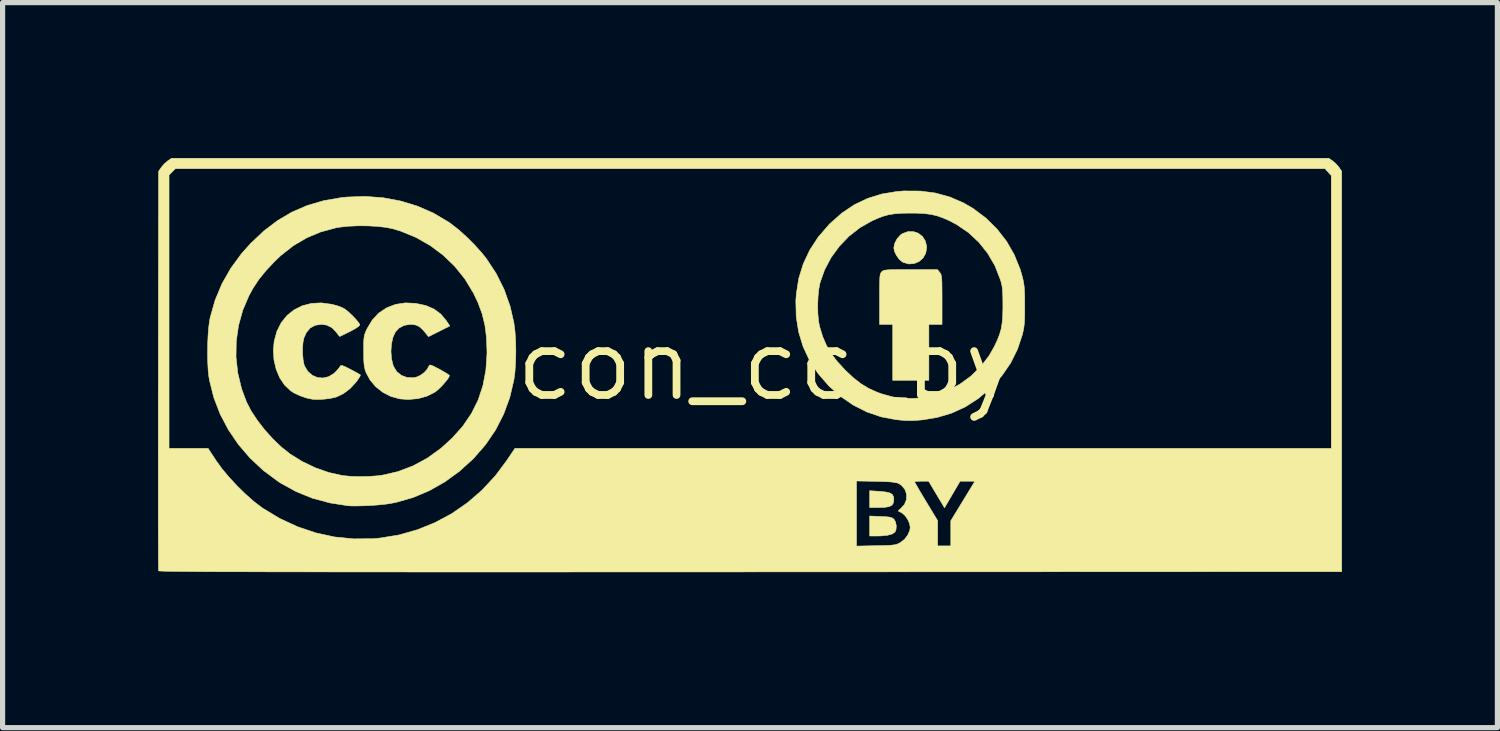
<source format=kicad_pcb>
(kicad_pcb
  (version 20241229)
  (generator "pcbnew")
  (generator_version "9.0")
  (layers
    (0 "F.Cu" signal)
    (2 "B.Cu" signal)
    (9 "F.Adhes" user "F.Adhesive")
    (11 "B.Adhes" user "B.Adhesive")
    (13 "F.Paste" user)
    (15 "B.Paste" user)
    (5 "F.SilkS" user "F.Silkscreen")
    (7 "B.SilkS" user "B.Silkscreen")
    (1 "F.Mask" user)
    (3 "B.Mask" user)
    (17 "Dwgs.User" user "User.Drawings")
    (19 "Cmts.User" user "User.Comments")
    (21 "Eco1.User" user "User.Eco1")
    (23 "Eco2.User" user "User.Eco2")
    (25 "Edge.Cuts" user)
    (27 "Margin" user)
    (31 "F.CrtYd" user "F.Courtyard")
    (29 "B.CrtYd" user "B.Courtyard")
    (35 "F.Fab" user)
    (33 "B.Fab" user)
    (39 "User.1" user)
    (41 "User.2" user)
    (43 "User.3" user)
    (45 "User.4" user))
  (footprint "icon_cc_by"
    (layer "F.Cu")
    (at 11.431 3.995)
    (property "Reference" "icon_cc_by" (at 0 0 0) (layer "F.SilkS") (effects (font (size 1.27 1.27) (thickness 0.15))))
    (attr through_hole)
    (fp_poly (pts (xy 2.5 2.44) (xy 2.615 2.452) (xy 2.694 2.47) (xy 2.742 2.498) (xy 2.767 2.541) (xy 2.773 2.596) (xy 2.765 2.661) (xy 2.738 2.706) (xy 2.685 2.734) (xy 2.602 2.748) (xy 2.498 2.752) (xy 2.307 2.752) (xy 2.307 2.428) (xy 2.5 2.44)) (stroke (width 0.01) (type solid)) (fill yes) (layer "F.SilkS"))
    (fp_poly (pts (xy 2.519 2.925) (xy 2.62 2.93) (xy 2.688 2.937) (xy 2.732 2.949) (xy 2.763 2.966) (xy 2.776 2.978) (xy 2.807 3.033) (xy 2.821 3.106) (xy 2.816 3.178) (xy 2.795 3.227) (xy 2.741 3.263) (xy 2.651 3.288) (xy 2.529 3.3) (xy 2.461 3.302) (xy 2.307 3.302) (xy 2.307 2.916) (xy 2.519 2.925)) (stroke (width 0.01) (type solid)) (fill yes) (layer "F.SilkS"))
    (fp_poly (pts (xy 3.245 -2.543) (xy 3.325 -2.481) (xy 3.381 -2.395) (xy 3.407 -2.289) (xy 3.408 -2.265) (xy 3.389 -2.156) (xy 3.338 -2.065) (xy 3.262 -1.998) (xy 3.169 -1.958) (xy 3.065 -1.949) (xy 2.96 -1.978) (xy 2.942 -1.987) (xy 2.88 -2.037) (xy 2.825 -2.112) (xy 2.785 -2.195) (xy 2.773 -2.261) (xy 2.791 -2.349) (xy 2.837 -2.437) (xy 2.903 -2.51) (xy 2.94 -2.536) (xy 3.045 -2.574) (xy 3.15 -2.575) (xy 3.245 -2.543)) (stroke (width 0.01) (type solid)) (fill yes) (layer "F.SilkS"))
    (fp_poly (pts (xy 3.66 -1.786) (xy 3.675 -1.765) (xy 3.685 -1.742) (xy 3.693 -1.708) (xy 3.698 -1.66) (xy 3.702 -1.591) (xy 3.703 -1.495) (xy 3.704 -1.367) (xy 3.704 -1.257) (xy 3.704 -0.783) (xy 3.45 -0.783) (xy 3.45 0.296) (xy 2.752 0.296) (xy 2.752 -0.783) (xy 2.498 -0.783) (xy 2.498 -1.27) (xy 2.498 -1.426) (xy 2.499 -1.546) (xy 2.501 -1.634) (xy 2.504 -1.697) (xy 2.51 -1.74) (xy 2.518 -1.768) (xy 2.529 -1.787) (xy 2.54 -1.799) (xy 2.555 -1.812) (xy 2.575 -1.823) (xy 2.605 -1.83) (xy 2.65 -1.835) (xy 2.715 -1.839) (xy 2.807 -1.84) (xy 2.929 -1.841) (xy 3.089 -1.841) (xy 3.616 -1.841) (xy 3.66 -1.786)) (stroke (width 0.01) (type solid)) (fill yes) (layer "F.SilkS"))
    (fp_poly (pts (xy -6.456 -1.189) (xy -6.451 -1.188) (xy -6.261 -1.147) (xy -6.103 -1.078) (xy -5.972 -0.982) (xy -5.866 -0.855) (xy -5.864 -0.852) (xy -5.798 -0.753) (xy -6.004 -0.649) (xy -6.21 -0.546) (xy -6.249 -0.596) (xy -6.322 -0.683) (xy -6.386 -0.739) (xy -6.45 -0.77) (xy -6.526 -0.782) (xy -6.565 -0.783) (xy -6.681 -0.764) (xy -6.78 -0.711) (xy -6.848 -0.637) (xy -6.896 -0.532) (xy -6.925 -0.402) (xy -6.934 -0.26) (xy -6.923 -0.117) (xy -6.891 0.011) (xy -6.885 0.026) (xy -6.824 0.127) (xy -6.735 0.2) (xy -6.627 0.241) (xy -6.507 0.247) (xy -6.441 0.234) (xy -6.368 0.202) (xy -6.295 0.149) (xy -6.238 0.087) (xy -6.211 0.039) (xy -6.19 0.006) (xy -6.174 0.000266) (xy -6.143 0.01) (xy -6.089 0.036) (xy -6.019 0.072) (xy -5.946 0.112) (xy -5.88 0.151) (xy -5.83 0.183) (xy -5.806 0.202) (xy -5.806 0.203) (xy -5.815 0.233) (xy -5.848 0.284) (xy -5.898 0.345) (xy -5.957 0.411) (xy -6.019 0.471) (xy -6.076 0.518) (xy -6.088 0.526) (xy -6.238 0.602) (xy -6.411 0.65) (xy -6.597 0.667) (xy -6.763 0.655) (xy -6.931 0.61) (xy -7.088 0.53) (xy -7.226 0.422) (xy -7.337 0.291) (xy -7.412 0.153) (xy -7.432 0.098) (xy -7.445 0.044) (xy -7.454 -0.019) (xy -7.459 -0.101) (xy -7.46 -0.211) (xy -7.461 -0.265) (xy -7.461 -0.383) (xy -7.459 -0.469) (xy -7.453 -0.532) (xy -7.443 -0.583) (xy -7.427 -0.63) (xy -7.403 -0.684) (xy -7.394 -0.702) (xy -7.294 -0.868) (xy -7.167 -1.003) (xy -7.017 -1.103) (xy -6.846 -1.169) (xy -6.658 -1.198) (xy -6.456 -1.189)) (stroke (width 0.01) (type solid)) (fill yes) (layer "F.SilkS"))
    (fp_poly (pts (xy -8.076 -1.171) (xy -7.959 -1.139) (xy -7.884 -1.111) (xy -7.821 -1.076) (xy -7.757 -1.026) (xy -7.68 -0.953) (xy -7.678 -0.951) (xy -7.616 -0.886) (xy -7.568 -0.829) (xy -7.54 -0.788) (xy -7.535 -0.775) (xy -7.555 -0.748) (xy -7.61 -0.709) (xy -7.698 -0.66) (xy -7.725 -0.646) (xy -7.806 -0.606) (xy -7.871 -0.574) (xy -7.913 -0.554) (xy -7.924 -0.55) (xy -7.939 -0.566) (xy -7.97 -0.606) (xy -7.989 -0.633) (xy -8.073 -0.72) (xy -8.177 -0.77) (xy -8.276 -0.783) (xy -8.396 -0.766) (xy -8.494 -0.713) (xy -8.568 -0.624) (xy -8.615 -0.519) (xy -8.632 -0.434) (xy -8.64 -0.325) (xy -8.639 -0.206) (xy -8.629 -0.095) (xy -8.611 -0.005) (xy -8.604 0.016) (xy -8.541 0.122) (xy -8.456 0.198) (xy -8.355 0.242) (xy -8.247 0.252) (xy -8.138 0.227) (xy -8.036 0.165) (xy -8.01 0.141) (xy -7.96 0.088) (xy -7.924 0.042) (xy -7.912 0.021) (xy -7.899 0.01) (xy -7.871 0.013) (xy -7.82 0.033) (xy -7.741 0.072) (xy -7.717 0.085) (xy -7.637 0.127) (xy -7.573 0.162) (xy -7.533 0.187) (xy -7.523 0.194) (xy -7.531 0.216) (xy -7.559 0.262) (xy -7.601 0.323) (xy -7.608 0.331) (xy -7.722 0.455) (xy -7.852 0.554) (xy -7.989 0.619) (xy -8.005 0.623) (xy -8.101 0.645) (xy -8.218 0.66) (xy -8.337 0.667) (xy -8.436 0.664) (xy -8.445 0.663) (xy -8.564 0.638) (xy -8.691 0.594) (xy -8.808 0.539) (xy -8.87 0.499) (xy -8.987 0.389) (xy -9.081 0.248) (xy -9.15 0.084) (xy -9.192 -0.096) (xy -9.204 -0.286) (xy -9.188 -0.457) (xy -9.136 -0.649) (xy -9.052 -0.816) (xy -8.94 -0.955) (xy -8.803 -1.064) (xy -8.645 -1.143) (xy -8.469 -1.188) (xy -8.278 -1.198) (xy -8.076 -1.171)) (stroke (width 0.01) (type solid)) (fill yes) (layer "F.SilkS"))
    (fp_poly (pts (xy 3.284 -3.357) (xy 3.581 -3.318) (xy 3.862 -3.24) (xy 4.127 -3.124) (xy 4.303 -3.021) (xy 4.55 -2.836) (xy 4.766 -2.623) (xy 4.95 -2.386) (xy 5.099 -2.126) (xy 5.212 -1.847) (xy 5.244 -1.738) (xy 5.265 -1.659) (xy 5.279 -1.588) (xy 5.289 -1.517) (xy 5.295 -1.434) (xy 5.299 -1.332) (xy 5.3 -1.2) (xy 5.3 -1.154) (xy 5.3 -1.007) (xy 5.298 -0.894) (xy 5.293 -0.804) (xy 5.284 -0.728) (xy 5.271 -0.656) (xy 5.254 -0.583) (xy 5.161 -0.304) (xy 5.03 -0.04) (xy 4.861 0.206) (xy 4.655 0.434) (xy 4.641 0.447) (xy 4.405 0.647) (xy 4.156 0.808) (xy 3.892 0.929) (xy 3.611 1.013) (xy 3.334 1.059) (xy 3.206 1.07) (xy 3.101 1.075) (xy 3 1.073) (xy 2.885 1.063) (xy 2.816 1.056) (xy 2.53 1.002) (xy 2.254 0.908) (xy 1.992 0.776) (xy 1.746 0.607) (xy 1.519 0.405) (xy 1.316 0.171) (xy 1.308 0.161) (xy 1.146 -0.087) (xy 1.022 -0.354) (xy 0.936 -0.636) (xy 0.889 -0.932) (xy 0.884 -1.15) (xy 1.304 -1.15) (xy 1.307 -0.99) (xy 1.32 -0.846) (xy 1.34 -0.743) (xy 1.4 -0.548) (xy 1.472 -0.379) (xy 1.561 -0.225) (xy 1.675 -0.074) (xy 1.818 0.082) (xy 1.841 0.106) (xy 1.995 0.25) (xy 2.14 0.363) (xy 2.287 0.452) (xy 2.445 0.524) (xy 2.543 0.56) (xy 2.752 0.617) (xy 2.955 0.645) (xy 3.169 0.646) (xy 3.313 0.634) (xy 3.569 0.584) (xy 3.815 0.495) (xy 4.048 0.371) (xy 4.261 0.216) (xy 4.451 0.032) (xy 4.611 -0.176) (xy 4.71 -0.349) (xy 4.77 -0.476) (xy 4.814 -0.588) (xy 4.845 -0.695) (xy 4.864 -0.809) (xy 4.875 -0.939) (xy 4.879 -1.098) (xy 4.879 -1.154) (xy 4.878 -1.288) (xy 4.875 -1.391) (xy 4.869 -1.47) (xy 4.86 -1.536) (xy 4.845 -1.599) (xy 4.829 -1.65) (xy 4.726 -1.913) (xy 4.587 -2.153) (xy 4.416 -2.367) (xy 4.216 -2.554) (xy 3.987 -2.71) (xy 3.847 -2.784) (xy 3.721 -2.839) (xy 3.607 -2.879) (xy 3.493 -2.906) (xy 3.367 -2.922) (xy 3.218 -2.93) (xy 3.101 -2.931) (xy 2.932 -2.929) (xy 2.794 -2.919) (xy 2.674 -2.9) (xy 2.562 -2.869) (xy 2.445 -2.824) (xy 2.351 -2.782) (xy 2.119 -2.65) (xy 1.907 -2.484) (xy 1.72 -2.289) (xy 1.561 -2.071) (xy 1.436 -1.834) (xy 1.35 -1.59) (xy 1.325 -1.464) (xy 1.31 -1.312) (xy 1.304 -1.15) (xy 0.884 -1.15) (xy 0.882 -1.238) (xy 0.891 -1.369) (xy 0.938 -1.669) (xy 1.025 -1.951) (xy 1.15 -2.217) (xy 1.314 -2.468) (xy 1.518 -2.705) (xy 1.544 -2.731) (xy 1.771 -2.932) (xy 2.011 -3.093) (xy 2.267 -3.215) (xy 2.541 -3.3) (xy 2.836 -3.349) (xy 2.967 -3.359) (xy 3.284 -3.357)) (stroke (width 0.01) (type solid)) (fill yes) (layer "F.SilkS"))
    (fp_poly (pts (xy -7.087 -3.228) (xy -6.748 -3.165) (xy -6.422 -3.066) (xy -6.114 -2.931) (xy -5.828 -2.762) (xy -5.786 -2.733) (xy -5.636 -2.617) (xy -5.477 -2.475) (xy -5.32 -2.318) (xy -5.177 -2.159) (xy -5.094 -2.055) (xy -4.904 -1.767) (xy -4.75 -1.459) (xy -4.634 -1.132) (xy -4.561 -0.815) (xy -4.54 -0.653) (xy -4.527 -0.463) (xy -4.523 -0.26) (xy -4.528 -0.056) (xy -4.54 0.133) (xy -4.56 0.286) (xy -4.64 0.626) (xy -4.758 0.949) (xy -4.914 1.254) (xy -5.107 1.538) (xy -5.336 1.801) (xy -5.345 1.81) (xy -5.61 2.051) (xy -5.894 2.257) (xy -6.194 2.427) (xy -6.507 2.559) (xy -6.828 2.651) (xy -6.953 2.676) (xy -7.058 2.69) (xy -7.187 2.703) (xy -7.328 2.713) (xy -7.47 2.719) (xy -7.6 2.722) (xy -7.708 2.721) (xy -7.758 2.718) (xy -8.113 2.663) (xy -8.446 2.574) (xy -8.76 2.447) (xy -9.057 2.284) (xy -9.114 2.247) (xy -9.399 2.035) (xy -9.655 1.796) (xy -9.881 1.532) (xy -10.074 1.248) (xy -10.232 0.946) (xy -10.354 0.629) (xy -10.436 0.301) (xy -10.449 0.228) (xy -10.463 0.1) (xy -10.471 -0.055) (xy -10.473 -0.152) (xy -9.925 -0.152) (xy -9.891 0.155) (xy -9.818 0.458) (xy -9.721 0.719) (xy -9.632 0.89) (xy -9.512 1.071) (xy -9.371 1.253) (xy -9.214 1.427) (xy -9.051 1.584) (xy -8.887 1.714) (xy -8.884 1.717) (xy -8.647 1.864) (xy -8.394 1.985) (xy -8.135 2.076) (xy -7.879 2.133) (xy -7.863 2.136) (xy -7.714 2.15) (xy -7.541 2.155) (xy -7.362 2.152) (xy -7.195 2.14) (xy -7.101 2.128) (xy -6.797 2.058) (xy -6.508 1.948) (xy -6.232 1.799) (xy -5.97 1.61) (xy -5.751 1.411) (xy -5.546 1.181) (xy -5.38 0.937) (xy -5.251 0.678) (xy -5.159 0.401) (xy -5.102 0.103) (xy -5.08 -0.218) (xy -5.08 -0.265) (xy -5.09 -0.529) (xy -5.12 -0.766) (xy -5.174 -0.988) (xy -5.255 -1.205) (xy -5.343 -1.39) (xy -5.505 -1.658) (xy -5.701 -1.902) (xy -5.927 -2.12) (xy -6.178 -2.307) (xy -6.453 -2.463) (xy -6.746 -2.583) (xy -6.893 -2.628) (xy -7.031 -2.656) (xy -7.198 -2.675) (xy -7.382 -2.685) (xy -7.572 -2.686) (xy -7.756 -2.678) (xy -7.921 -2.66) (xy -7.997 -2.647) (xy -8.292 -2.567) (xy -8.565 -2.452) (xy -8.822 -2.3) (xy -9.064 -2.109) (xy -9.185 -1.993) (xy -9.348 -1.819) (xy -9.482 -1.654) (xy -9.594 -1.485) (xy -9.674 -1.34) (xy -9.794 -1.059) (xy -9.876 -0.764) (xy -9.92 -0.46) (xy -9.925 -0.152) (xy -10.473 -0.152) (xy -10.474 -0.227) (xy -10.472 -0.405) (xy -10.464 -0.579) (xy -10.451 -0.736) (xy -10.433 -0.867) (xy -10.425 -0.91) (xy -10.33 -1.247) (xy -10.197 -1.565) (xy -10.027 -1.865) (xy -9.818 -2.15) (xy -9.645 -2.343) (xy -9.388 -2.586) (xy -9.122 -2.788) (xy -8.843 -2.952) (xy -8.548 -3.079) (xy -8.233 -3.171) (xy -7.895 -3.23) (xy -7.788 -3.241) (xy -7.435 -3.254) (xy -7.087 -3.228)) (stroke (width 0.01) (type solid)) (fill yes) (layer "F.SilkS"))
    (fp_poly (pts (xy 11.243 -3.939) (xy 11.306 -3.886) (xy 11.362 -3.822) (xy 11.368 -3.813) (xy 11.419 -3.739) (xy 11.419 3.99) (xy 0.005 3.995) (xy -0.854 3.996) (xy -1.671 3.996) (xy -2.448 3.996) (xy -3.185 3.996) (xy -3.884 3.997) (xy -4.545 3.997) (xy -5.168 3.997) (xy -5.756 3.997) (xy -6.309 3.997) (xy -6.827 3.996) (xy -7.313 3.996) (xy -7.765 3.996) (xy -8.187 3.995) (xy -8.577 3.995) (xy -8.939 3.994) (xy -9.271 3.994) (xy -9.575 3.993) (xy -9.853 3.992) (xy -10.104 3.992) (xy -10.331 3.991) (xy -10.533 3.99) (xy -10.712 3.989) (xy -10.868 3.987) (xy -11.003 3.986) (xy -11.117 3.985) (xy -11.212 3.983) (xy -11.287 3.982) (xy -11.345 3.98) (xy -11.386 3.978) (xy -11.411 3.976) (xy -11.42 3.974) (xy -11.42 3.974) (xy -11.421 3.95) (xy -11.422 3.887) (xy -11.423 3.785) (xy -11.424 3.647) (xy -11.424 3.497) (xy 2.053 3.497) (xy 2.429 3.489) (xy 2.565 3.486) (xy 2.666 3.483) (xy 2.74 3.478) (xy 2.793 3.471) (xy 2.834 3.46) (xy 2.87 3.445) (xy 2.9 3.429) (xy 2.979 3.367) (xy 3.043 3.283) (xy 3.082 3.191) (xy 3.09 3.133) (xy 3.076 3.06) (xy 3.04 2.98) (xy 2.99 2.908) (xy 2.937 2.861) (xy 2.932 2.858) (xy 2.886 2.835) (xy 2.86 2.821) (xy 2.86 2.821) (xy 2.868 2.806) (xy 2.901 2.776) (xy 2.908 2.771) (xy 2.98 2.691) (xy 3.017 2.598) (xy 3.02 2.501) (xy 2.991 2.409) (xy 2.928 2.33) (xy 2.873 2.292) (xy 2.84 2.278) (xy 2.795 2.268) (xy 2.732 2.26) (xy 2.693 2.257) (xy 3.175 2.257) (xy 3.185 2.279) (xy 3.215 2.33) (xy 3.259 2.407) (xy 3.316 2.503) (xy 3.382 2.613) (xy 3.397 2.638) (xy 3.619 3.005) (xy 3.619 3.493) (xy 3.873 3.493) (xy 3.873 3.008) (xy 4.339 2.244) (xy 4.196 2.244) (xy 4.053 2.244) (xy 3.752 2.757) (xy 3.598 2.5) (xy 3.445 2.244) (xy 3.31 2.244) (xy 3.241 2.246) (xy 3.192 2.251) (xy 3.175 2.257) (xy 2.693 2.257) (xy 2.645 2.254) (xy 2.526 2.25) (xy 2.429 2.247) (xy 2.053 2.24) (xy 2.053 3.497) (xy -11.424 3.497) (xy -11.424 3.475) (xy -11.425 3.272) (xy -11.426 3.039) (xy -11.426 2.778) (xy -11.426 2.492) (xy -11.426 2.183) (xy -11.426 1.853) (xy -11.426 1.504) (xy -11.426 1.138) (xy -11.426 0.757) (xy -11.425 0.364) (xy -11.425 0.104) (xy -11.42 -3.665) (xy -11.218 -3.665) (xy -11.218 1.609) (xy -10.465 1.609) (xy -10.309 1.847) (xy -10.198 2.001) (xy -10.06 2.166) (xy -9.904 2.334) (xy -9.741 2.494) (xy -9.579 2.637) (xy -9.427 2.753) (xy -9.407 2.767) (xy -9.08 2.964) (xy -8.739 3.122) (xy -8.386 3.241) (xy -8.025 3.32) (xy -7.657 3.357) (xy -7.286 3.354) (xy -7.15 3.342) (xy -6.781 3.282) (xy -6.424 3.181) (xy -6.083 3.043) (xy -5.759 2.869) (xy -5.456 2.659) (xy -5.175 2.416) (xy -4.919 2.14) (xy -4.692 1.836) (xy -4.54 1.609) (xy 3.339 1.609) (xy 11.218 1.609) (xy 11.218 -3.657) (xy 11.157 -3.723) (xy 11.096 -3.789) (xy -11.095 -3.789) (xy -11.218 -3.665) (xy -11.42 -3.665) (xy -11.419 -3.739) (xy -11.368 -3.813) (xy -11.315 -3.876) (xy -11.251 -3.933) (xy -11.243 -3.939) (xy -11.169 -3.99) (xy 11.169 -3.99) (xy 11.243 -3.939)) (stroke (width 0.01) (type solid)) (fill yes) (layer "F.SilkS")))
  (gr_rect
    (start -3 -3)
    (end 25.856 10.997)
    (stroke (width 0.1) (type default))
    (fill no)
    (layer "Edge.Cuts")))
</source>
